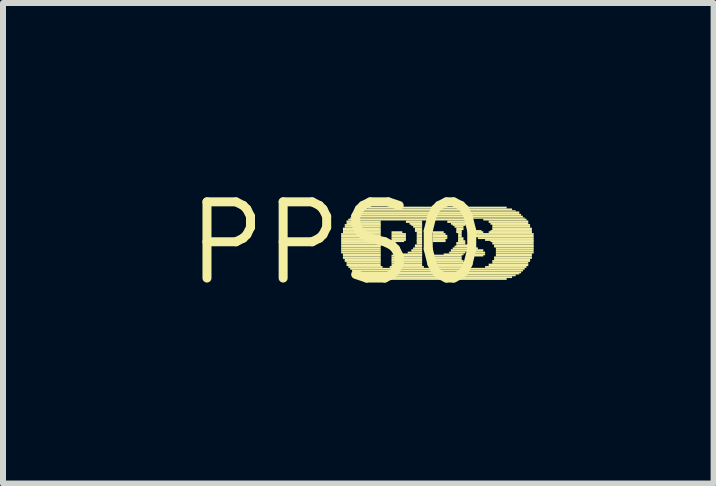
<source format=kicad_pcb>
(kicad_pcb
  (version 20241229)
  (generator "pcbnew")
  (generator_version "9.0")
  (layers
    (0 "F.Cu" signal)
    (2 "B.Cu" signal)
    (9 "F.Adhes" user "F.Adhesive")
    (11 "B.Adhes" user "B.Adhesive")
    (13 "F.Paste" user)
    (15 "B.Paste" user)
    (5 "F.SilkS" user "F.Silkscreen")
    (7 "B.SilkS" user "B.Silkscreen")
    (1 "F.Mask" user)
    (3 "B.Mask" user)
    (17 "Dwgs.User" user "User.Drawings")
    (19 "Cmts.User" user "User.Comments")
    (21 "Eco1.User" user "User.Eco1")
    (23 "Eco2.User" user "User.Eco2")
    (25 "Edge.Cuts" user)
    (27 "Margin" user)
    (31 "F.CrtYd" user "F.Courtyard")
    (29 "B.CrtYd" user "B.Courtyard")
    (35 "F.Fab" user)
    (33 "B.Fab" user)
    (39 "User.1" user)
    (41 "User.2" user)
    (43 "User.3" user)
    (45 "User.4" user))
  (footprint "PPS0"
    (layer "F.Cu")
    (at 2.578 1.006)
    (property "Reference" "PPS0" (at 0 0 0) (layer "F.SilkS") (effects (font (size 1.27 1.27) (thickness 0.15))))
    (attr through_hole)
    (fp_poly (pts (xy 0.06 -0.14) (xy 0.72 -0.14) (xy 0.72 -0.17) (xy 0.06 -0.17)) (stroke (width 0) (type solid)) (fill yes) (layer "F.SilkS"))
    (fp_poly (pts (xy 0.06 -0.1) (xy 0.72 -0.1) (xy 0.72 -0.14) (xy 0.06 -0.14)) (stroke (width 0) (type solid)) (fill yes) (layer "F.SilkS"))
    (fp_poly (pts (xy 0.06 -0.07) (xy 0.72 -0.07) (xy 0.72 -0.1) (xy 0.06 -0.1)) (stroke (width 0) (type solid)) (fill yes) (layer "F.SilkS"))
    (fp_poly (pts (xy 0.06 -0.04) (xy 0.72 -0.04) (xy 0.72 -0.07) (xy 0.06 -0.07)) (stroke (width 0) (type solid)) (fill yes) (layer "F.SilkS"))
    (fp_poly (pts (xy 0.06 -0.02) (xy 0.72 -0.02) (xy 0.72 -0.05) (xy 0.06 -0.05)) (stroke (width 0) (type solid)) (fill yes) (layer "F.SilkS"))
    (fp_poly (pts (xy 0.06 0.02) (xy 0.72 0.02) (xy 0.72 -0.02) (xy 0.06 -0.02)) (stroke (width 0) (type solid)) (fill yes) (layer "F.SilkS"))
    (fp_poly (pts (xy 0.06 0.05) (xy 0.72 0.05) (xy 0.72 0.02) (xy 0.06 0.02)) (stroke (width 0) (type solid)) (fill yes) (layer "F.SilkS"))
    (fp_poly (pts (xy 0.06 0.07) (xy 0.72 0.07) (xy 0.72 0.04) (xy 0.06 0.04)) (stroke (width 0) (type solid)) (fill yes) (layer "F.SilkS"))
    (fp_poly (pts (xy 0.06 0.1) (xy 0.72 0.1) (xy 0.72 0.07) (xy 0.06 0.07)) (stroke (width 0) (type solid)) (fill yes) (layer "F.SilkS"))
    (fp_poly (pts (xy 0.06 0.14) (xy 0.72 0.14) (xy 0.72 0.1) (xy 0.06 0.1)) (stroke (width 0) (type solid)) (fill yes) (layer "F.SilkS"))
    (fp_poly (pts (xy 0.06 0.17) (xy 0.72 0.17) (xy 0.72 0.14) (xy 0.06 0.14)) (stroke (width 0) (type solid)) (fill yes) (layer "F.SilkS"))
    (fp_poly (pts (xy 0.09 -0.22) (xy 0.72 -0.22) (xy 0.72 -0.26) (xy 0.09 -0.26)) (stroke (width 0) (type solid)) (fill yes) (layer "F.SilkS"))
    (fp_poly (pts (xy 0.09 -0.19) (xy 0.72 -0.19) (xy 0.72 -0.22) (xy 0.09 -0.22)) (stroke (width 0) (type solid)) (fill yes) (layer "F.SilkS"))
    (fp_poly (pts (xy 0.09 -0.17) (xy 0.72 -0.17) (xy 0.72 -0.2) (xy 0.09 -0.2)) (stroke (width 0) (type solid)) (fill yes) (layer "F.SilkS"))
    (fp_poly (pts (xy 0.09 0.2) (xy 0.72 0.2) (xy 0.72 0.17) (xy 0.09 0.17)) (stroke (width 0) (type solid)) (fill yes) (layer "F.SilkS"))
    (fp_poly (pts (xy 0.09 0.22) (xy 0.72 0.22) (xy 0.72 0.19) (xy 0.09 0.19)) (stroke (width 0) (type solid)) (fill yes) (layer "F.SilkS"))
    (fp_poly (pts (xy 0.09 0.26) (xy 0.72 0.26) (xy 0.72 0.22) (xy 0.09 0.22)) (stroke (width 0) (type solid)) (fill yes) (layer "F.SilkS"))
    (fp_poly (pts (xy 0.12 -0.29) (xy 0.72 -0.29) (xy 0.72 -0.32) (xy 0.12 -0.32)) (stroke (width 0) (type solid)) (fill yes) (layer "F.SilkS"))
    (fp_poly (pts (xy 0.12 -0.26) (xy 0.72 -0.26) (xy 0.72 -0.29) (xy 0.12 -0.29)) (stroke (width 0) (type solid)) (fill yes) (layer "F.SilkS"))
    (fp_poly (pts (xy 0.12 0.29) (xy 0.72 0.29) (xy 0.72 0.26) (xy 0.12 0.26)) (stroke (width 0) (type solid)) (fill yes) (layer "F.SilkS"))
    (fp_poly (pts (xy 0.12 0.31) (xy 0.72 0.31) (xy 0.72 0.28) (xy 0.12 0.28)) (stroke (width 0) (type solid)) (fill yes) (layer "F.SilkS"))
    (fp_poly (pts (xy 0.15 -0.34) (xy 0.72 -0.34) (xy 0.72 -0.38) (xy 0.15 -0.38)) (stroke (width 0) (type solid)) (fill yes) (layer "F.SilkS"))
    (fp_poly (pts (xy 0.15 -0.31) (xy 0.72 -0.31) (xy 0.72 -0.34) (xy 0.15 -0.34)) (stroke (width 0) (type solid)) (fill yes) (layer "F.SilkS"))
    (fp_poly (pts (xy 0.15 0.34) (xy 0.72 0.34) (xy 0.72 0.31) (xy 0.15 0.31)) (stroke (width 0) (type solid)) (fill yes) (layer "F.SilkS"))
    (fp_poly (pts (xy 0.15 0.38) (xy 0.72 0.38) (xy 0.72 0.34) (xy 0.15 0.34)) (stroke (width 0) (type solid)) (fill yes) (layer "F.SilkS"))
    (fp_poly (pts (xy 0.18 -0.38) (xy 2.25 -0.38) (xy 2.25 -0.41) (xy 0.18 -0.41)) (stroke (width 0) (type solid)) (fill yes) (layer "F.SilkS"))
    (fp_poly (pts (xy 0.18 0.41) (xy 0.75 0.41) (xy 0.75 0.38) (xy 0.18 0.38)) (stroke (width 0) (type solid)) (fill yes) (layer "F.SilkS"))
    (fp_poly (pts (xy 0.21 -0.41) (xy 3.12 -0.41) (xy 3.12 -0.43) (xy 0.21 -0.43)) (stroke (width 0) (type solid)) (fill yes) (layer "F.SilkS"))
    (fp_poly (pts (xy 0.21 0.44) (xy 3.12 0.44) (xy 3.12 0.41) (xy 0.21 0.41)) (stroke (width 0) (type solid)) (fill yes) (layer "F.SilkS"))
    (fp_poly (pts (xy 0.24 -0.43) (xy 3.09 -0.43) (xy 3.09 -0.46) (xy 0.24 -0.46)) (stroke (width 0) (type solid)) (fill yes) (layer "F.SilkS"))
    (fp_poly (pts (xy 0.24 0.47) (xy 3.09 0.47) (xy 3.09 0.44) (xy 0.24 0.44)) (stroke (width 0) (type solid)) (fill yes) (layer "F.SilkS"))
    (fp_poly (pts (xy 0.27 -0.46) (xy 3.06 -0.46) (xy 3.06 -0.49) (xy 0.27 -0.49)) (stroke (width 0) (type solid)) (fill yes) (layer "F.SilkS"))
    (fp_poly (pts (xy 0.27 0.5) (xy 3.06 0.5) (xy 3.06 0.47) (xy 0.27 0.47)) (stroke (width 0) (type solid)) (fill yes) (layer "F.SilkS"))
    (fp_poly (pts (xy 0.3 -0.49) (xy 3.03 -0.49) (xy 3.03 -0.53) (xy 0.3 -0.53)) (stroke (width 0) (type solid)) (fill yes) (layer "F.SilkS"))
    (fp_poly (pts (xy 0.3 0.52) (xy 3.03 0.52) (xy 3.03 0.49) (xy 0.3 0.49)) (stroke (width 0) (type solid)) (fill yes) (layer "F.SilkS"))
    (fp_poly (pts (xy 0.36 -0.53) (xy 2.97 -0.53) (xy 2.97 -0.55) (xy 0.36 -0.55)) (stroke (width 0) (type solid)) (fill yes) (layer "F.SilkS"))
    (fp_poly (pts (xy 0.36 0.55) (xy 2.97 0.55) (xy 2.97 0.52) (xy 0.36 0.52)) (stroke (width 0) (type solid)) (fill yes) (layer "F.SilkS"))
    (fp_poly (pts (xy 0.42 -0.55) (xy 2.91 -0.55) (xy 2.91 -0.58) (xy 0.42 -0.58)) (stroke (width 0) (type solid)) (fill yes) (layer "F.SilkS"))
    (fp_poly (pts (xy 0.42 0.58) (xy 2.91 0.58) (xy 2.91 0.55) (xy 0.42 0.55)) (stroke (width 0) (type solid)) (fill yes) (layer "F.SilkS"))
    (fp_poly (pts (xy 0.51 -0.58) (xy 2.82 -0.58) (xy 2.82 -0.61) (xy 0.51 -0.61)) (stroke (width 0) (type solid)) (fill yes) (layer "F.SilkS"))
    (fp_poly (pts (xy 0.51 0.61) (xy 2.82 0.61) (xy 2.82 0.58) (xy 0.51 0.58)) (stroke (width 0) (type solid)) (fill yes) (layer "F.SilkS"))
    (fp_poly (pts (xy 0.87 0.41) (xy 1.44 0.41) (xy 1.44 0.38) (xy 0.87 0.38)) (stroke (width 0) (type solid)) (fill yes) (layer "F.SilkS"))
    (fp_poly (pts (xy 0.9 -0.17) (xy 1.08 -0.17) (xy 1.08 -0.2) (xy 0.9 -0.2)) (stroke (width 0) (type solid)) (fill yes) (layer "F.SilkS"))
    (fp_poly (pts (xy 0.9 -0.14) (xy 1.14 -0.14) (xy 1.14 -0.17) (xy 0.9 -0.17)) (stroke (width 0) (type solid)) (fill yes) (layer "F.SilkS"))
    (fp_poly (pts (xy 0.9 -0.1) (xy 1.14 -0.1) (xy 1.14 -0.14) (xy 0.9 -0.14)) (stroke (width 0) (type solid)) (fill yes) (layer "F.SilkS"))
    (fp_poly (pts (xy 0.9 -0.07) (xy 1.14 -0.07) (xy 1.14 -0.1) (xy 0.9 -0.1)) (stroke (width 0) (type solid)) (fill yes) (layer "F.SilkS"))
    (fp_poly (pts (xy 0.9 -0.04) (xy 1.14 -0.04) (xy 1.14 -0.07) (xy 0.9 -0.07)) (stroke (width 0) (type solid)) (fill yes) (layer "F.SilkS"))
    (fp_poly (pts (xy 0.9 -0.02) (xy 1.11 -0.02) (xy 1.11 -0.05) (xy 0.9 -0.05)) (stroke (width 0) (type solid)) (fill yes) (layer "F.SilkS"))
    (fp_poly (pts (xy 0.9 0.22) (xy 1.41 0.22) (xy 1.41 0.19) (xy 0.9 0.19)) (stroke (width 0) (type solid)) (fill yes) (layer "F.SilkS"))
    (fp_poly (pts (xy 0.9 0.26) (xy 1.41 0.26) (xy 1.41 0.22) (xy 0.9 0.22)) (stroke (width 0) (type solid)) (fill yes) (layer "F.SilkS"))
    (fp_poly (pts (xy 0.9 0.29) (xy 1.41 0.29) (xy 1.41 0.26) (xy 0.9 0.26)) (stroke (width 0) (type solid)) (fill yes) (layer "F.SilkS"))
    (fp_poly (pts (xy 0.9 0.31) (xy 1.41 0.31) (xy 1.41 0.28) (xy 0.9 0.28)) (stroke (width 0) (type solid)) (fill yes) (layer "F.SilkS"))
    (fp_poly (pts (xy 0.9 0.34) (xy 1.41 0.34) (xy 1.41 0.31) (xy 0.9 0.31)) (stroke (width 0) (type solid)) (fill yes) (layer "F.SilkS"))
    (fp_poly (pts (xy 0.9 0.38) (xy 1.41 0.38) (xy 1.41 0.34) (xy 0.9 0.34)) (stroke (width 0) (type solid)) (fill yes) (layer "F.SilkS"))
    (fp_poly (pts (xy 1.08 0.2) (xy 1.41 0.2) (xy 1.41 0.17) (xy 1.08 0.17)) (stroke (width 0) (type solid)) (fill yes) (layer "F.SilkS"))
    (fp_poly (pts (xy 1.14 -0.34) (xy 1.41 -0.34) (xy 1.41 -0.38) (xy 1.14 -0.38)) (stroke (width 0) (type solid)) (fill yes) (layer "F.SilkS"))
    (fp_poly (pts (xy 1.17 0.17) (xy 1.41 0.17) (xy 1.41 0.14) (xy 1.17 0.14)) (stroke (width 0) (type solid)) (fill yes) (layer "F.SilkS"))
    (fp_poly (pts (xy 1.2 -0.31) (xy 1.41 -0.31) (xy 1.41 -0.34) (xy 1.2 -0.34)) (stroke (width 0) (type solid)) (fill yes) (layer "F.SilkS"))
    (fp_poly (pts (xy 1.23 -0.29) (xy 1.41 -0.29) (xy 1.41 -0.32) (xy 1.23 -0.32)) (stroke (width 0) (type solid)) (fill yes) (layer "F.SilkS"))
    (fp_poly (pts (xy 1.23 0.14) (xy 1.41 0.14) (xy 1.41 0.1) (xy 1.23 0.1)) (stroke (width 0) (type solid)) (fill yes) (layer "F.SilkS"))
    (fp_poly (pts (xy 1.26 -0.26) (xy 1.41 -0.26) (xy 1.41 -0.29) (xy 1.26 -0.29)) (stroke (width 0) (type solid)) (fill yes) (layer "F.SilkS"))
    (fp_poly (pts (xy 1.26 0.1) (xy 1.41 0.1) (xy 1.41 0.07) (xy 1.26 0.07)) (stroke (width 0) (type solid)) (fill yes) (layer "F.SilkS"))
    (fp_poly (pts (xy 1.29 -0.22) (xy 1.41 -0.22) (xy 1.41 -0.26) (xy 1.29 -0.26)) (stroke (width 0) (type solid)) (fill yes) (layer "F.SilkS"))
    (fp_poly (pts (xy 1.29 -0.19) (xy 1.41 -0.19) (xy 1.41 -0.22) (xy 1.29 -0.22)) (stroke (width 0) (type solid)) (fill yes) (layer "F.SilkS"))
    (fp_poly (pts (xy 1.29 0.05) (xy 1.41 0.05) (xy 1.41 0.02) (xy 1.29 0.02)) (stroke (width 0) (type solid)) (fill yes) (layer "F.SilkS"))
    (fp_poly (pts (xy 1.29 0.07) (xy 1.41 0.07) (xy 1.41 0.04) (xy 1.29 0.04)) (stroke (width 0) (type solid)) (fill yes) (layer "F.SilkS"))
    (fp_poly (pts (xy 1.32 -0.17) (xy 1.41 -0.17) (xy 1.41 -0.2) (xy 1.32 -0.2)) (stroke (width 0) (type solid)) (fill yes) (layer "F.SilkS"))
    (fp_poly (pts (xy 1.32 -0.14) (xy 1.41 -0.14) (xy 1.41 -0.17) (xy 1.32 -0.17)) (stroke (width 0) (type solid)) (fill yes) (layer "F.SilkS"))
    (fp_poly (pts (xy 1.32 -0.1) (xy 1.41 -0.1) (xy 1.41 -0.14) (xy 1.32 -0.14)) (stroke (width 0) (type solid)) (fill yes) (layer "F.SilkS"))
    (fp_poly (pts (xy 1.32 -0.07) (xy 1.41 -0.07) (xy 1.41 -0.1) (xy 1.32 -0.1)) (stroke (width 0) (type solid)) (fill yes) (layer "F.SilkS"))
    (fp_poly (pts (xy 1.32 -0.04) (xy 1.41 -0.04) (xy 1.41 -0.07) (xy 1.32 -0.07)) (stroke (width 0) (type solid)) (fill yes) (layer "F.SilkS"))
    (fp_poly (pts (xy 1.32 -0.02) (xy 1.41 -0.02) (xy 1.41 -0.05) (xy 1.32 -0.05)) (stroke (width 0) (type solid)) (fill yes) (layer "F.SilkS"))
    (fp_poly (pts (xy 1.32 0.02) (xy 1.41 0.02) (xy 1.41 -0.02) (xy 1.32 -0.02)) (stroke (width 0) (type solid)) (fill yes) (layer "F.SilkS"))
    (fp_poly (pts (xy 1.56 0.41) (xy 2.22 0.41) (xy 2.22 0.38) (xy 1.56 0.38)) (stroke (width 0) (type solid)) (fill yes) (layer "F.SilkS"))
    (fp_poly (pts (xy 1.59 -0.17) (xy 1.77 -0.17) (xy 1.77 -0.2) (xy 1.59 -0.2)) (stroke (width 0) (type solid)) (fill yes) (layer "F.SilkS"))
    (fp_poly (pts (xy 1.59 -0.14) (xy 1.8 -0.14) (xy 1.8 -0.17) (xy 1.59 -0.17)) (stroke (width 0) (type solid)) (fill yes) (layer "F.SilkS"))
    (fp_poly (pts (xy 1.59 -0.1) (xy 1.83 -0.1) (xy 1.83 -0.14) (xy 1.59 -0.14)) (stroke (width 0) (type solid)) (fill yes) (layer "F.SilkS"))
    (fp_poly (pts (xy 1.59 -0.07) (xy 1.83 -0.07) (xy 1.83 -0.1) (xy 1.59 -0.1)) (stroke (width 0) (type solid)) (fill yes) (layer "F.SilkS"))
    (fp_poly (pts (xy 1.59 -0.04) (xy 1.8 -0.04) (xy 1.8 -0.07) (xy 1.59 -0.07)) (stroke (width 0) (type solid)) (fill yes) (layer "F.SilkS"))
    (fp_poly (pts (xy 1.59 -0.02) (xy 1.8 -0.02) (xy 1.8 -0.05) (xy 1.59 -0.05)) (stroke (width 0) (type solid)) (fill yes) (layer "F.SilkS"))
    (fp_poly (pts (xy 1.59 0.22) (xy 2.07 0.22) (xy 2.07 0.19) (xy 1.59 0.19)) (stroke (width 0) (type solid)) (fill yes) (layer "F.SilkS"))
    (fp_poly (pts (xy 1.59 0.26) (xy 2.07 0.26) (xy 2.07 0.22) (xy 1.59 0.22)) (stroke (width 0) (type solid)) (fill yes) (layer "F.SilkS"))
    (fp_poly (pts (xy 1.59 0.29) (xy 2.07 0.29) (xy 2.07 0.26) (xy 1.59 0.26)) (stroke (width 0) (type solid)) (fill yes) (layer "F.SilkS"))
    (fp_poly (pts (xy 1.59 0.31) (xy 2.1 0.31) (xy 2.1 0.28) (xy 1.59 0.28)) (stroke (width 0) (type solid)) (fill yes) (layer "F.SilkS"))
    (fp_poly (pts (xy 1.59 0.34) (xy 2.13 0.34) (xy 2.13 0.31) (xy 1.59 0.31)) (stroke (width 0) (type solid)) (fill yes) (layer "F.SilkS"))
    (fp_poly (pts (xy 1.59 0.38) (xy 2.16 0.38) (xy 2.16 0.34) (xy 1.59 0.34)) (stroke (width 0) (type solid)) (fill yes) (layer "F.SilkS"))
    (fp_poly (pts (xy 1.77 0.2) (xy 2.1 0.2) (xy 2.1 0.17) (xy 1.77 0.17)) (stroke (width 0) (type solid)) (fill yes) (layer "F.SilkS"))
    (fp_poly (pts (xy 1.83 -0.34) (xy 2.19 -0.34) (xy 2.19 -0.38) (xy 1.83 -0.38)) (stroke (width 0) (type solid)) (fill yes) (layer "F.SilkS"))
    (fp_poly (pts (xy 1.86 0.17) (xy 2.13 0.17) (xy 2.13 0.14) (xy 1.86 0.14)) (stroke (width 0) (type solid)) (fill yes) (layer "F.SilkS"))
    (fp_poly (pts (xy 1.89 -0.31) (xy 2.16 -0.31) (xy 2.16 -0.34) (xy 1.89 -0.34)) (stroke (width 0) (type solid)) (fill yes) (layer "F.SilkS"))
    (fp_poly (pts (xy 1.89 0.14) (xy 2.43 0.14) (xy 2.43 0.1) (xy 1.89 0.1)) (stroke (width 0) (type solid)) (fill yes) (layer "F.SilkS"))
    (fp_poly (pts (xy 1.92 -0.29) (xy 2.13 -0.29) (xy 2.13 -0.32) (xy 1.92 -0.32)) (stroke (width 0) (type solid)) (fill yes) (layer "F.SilkS"))
    (fp_poly (pts (xy 1.92 0.1) (xy 2.34 0.1) (xy 2.34 0.07) (xy 1.92 0.07)) (stroke (width 0) (type solid)) (fill yes) (layer "F.SilkS"))
    (fp_poly (pts (xy 1.95 -0.26) (xy 2.1 -0.26) (xy 2.1 -0.29) (xy 1.95 -0.29)) (stroke (width 0) (type solid)) (fill yes) (layer "F.SilkS"))
    (fp_poly (pts (xy 1.95 0.07) (xy 2.25 0.07) (xy 2.25 0.04) (xy 1.95 0.04)) (stroke (width 0) (type solid)) (fill yes) (layer "F.SilkS"))
    (fp_poly (pts (xy 1.98 -0.22) (xy 2.1 -0.22) (xy 2.1 -0.26) (xy 1.98 -0.26)) (stroke (width 0) (type solid)) (fill yes) (layer "F.SilkS"))
    (fp_poly (pts (xy 1.98 -0.19) (xy 2.07 -0.19) (xy 2.07 -0.22) (xy 1.98 -0.22)) (stroke (width 0) (type solid)) (fill yes) (layer "F.SilkS"))
    (fp_poly (pts (xy 1.98 -0.17) (xy 2.07 -0.17) (xy 2.07 -0.2) (xy 1.98 -0.2)) (stroke (width 0) (type solid)) (fill yes) (layer "F.SilkS"))
    (fp_poly (pts (xy 1.98 0.02) (xy 2.13 0.02) (xy 2.13 -0.02) (xy 1.98 -0.02)) (stroke (width 0) (type solid)) (fill yes) (layer "F.SilkS"))
    (fp_poly (pts (xy 1.98 0.05) (xy 2.19 0.05) (xy 2.19 0.02) (xy 1.98 0.02)) (stroke (width 0) (type solid)) (fill yes) (layer "F.SilkS"))
    (fp_poly (pts (xy 2.01 -0.14) (xy 2.07 -0.14) (xy 2.07 -0.17) (xy 2.01 -0.17)) (stroke (width 0) (type solid)) (fill yes) (layer "F.SilkS"))
    (fp_poly (pts (xy 2.01 -0.1) (xy 2.07 -0.1) (xy 2.07 -0.14) (xy 2.01 -0.14)) (stroke (width 0) (type solid)) (fill yes) (layer "F.SilkS"))
    (fp_poly (pts (xy 2.01 -0.07) (xy 2.1 -0.07) (xy 2.1 -0.1) (xy 2.01 -0.1)) (stroke (width 0) (type solid)) (fill yes) (layer "F.SilkS"))
    (fp_poly (pts (xy 2.01 -0.04) (xy 2.1 -0.04) (xy 2.1 -0.07) (xy 2.01 -0.07)) (stroke (width 0) (type solid)) (fill yes) (layer "F.SilkS"))
    (fp_poly (pts (xy 2.01 -0.02) (xy 2.13 -0.02) (xy 2.13 -0.05) (xy 2.01 -0.05)) (stroke (width 0) (type solid)) (fill yes) (layer "F.SilkS"))
    (fp_poly (pts (xy 2.19 0.17) (xy 2.46 0.17) (xy 2.46 0.14) (xy 2.19 0.14)) (stroke (width 0) (type solid)) (fill yes) (layer "F.SilkS"))
    (fp_poly (pts (xy 2.25 -0.14) (xy 3.27 -0.14) (xy 3.27 -0.17) (xy 2.25 -0.17)) (stroke (width 0) (type solid)) (fill yes) (layer "F.SilkS"))
    (fp_poly (pts (xy 2.25 0.2) (xy 2.46 0.2) (xy 2.46 0.17) (xy 2.25 0.17)) (stroke (width 0) (type solid)) (fill yes) (layer "F.SilkS"))
    (fp_poly (pts (xy 2.28 -0.19) (xy 2.4 -0.19) (xy 2.4 -0.22) (xy 2.28 -0.22)) (stroke (width 0) (type solid)) (fill yes) (layer "F.SilkS"))
    (fp_poly (pts (xy 2.28 -0.17) (xy 2.43 -0.17) (xy 2.43 -0.2) (xy 2.28 -0.2)) (stroke (width 0) (type solid)) (fill yes) (layer "F.SilkS"))
    (fp_poly (pts (xy 2.28 -0.1) (xy 3.27 -0.1) (xy 3.27 -0.14) (xy 2.28 -0.14)) (stroke (width 0) (type solid)) (fill yes) (layer "F.SilkS"))
    (fp_poly (pts (xy 2.28 0.22) (xy 2.43 0.22) (xy 2.43 0.19) (xy 2.28 0.19)) (stroke (width 0) (type solid)) (fill yes) (layer "F.SilkS"))
    (fp_poly (pts (xy 2.34 -0.07) (xy 3.27 -0.07) (xy 3.27 -0.1) (xy 2.34 -0.1)) (stroke (width 0) (type solid)) (fill yes) (layer "F.SilkS"))
    (fp_poly (pts (xy 2.43 -0.38) (xy 3.15 -0.38) (xy 3.15 -0.41) (xy 2.43 -0.41)) (stroke (width 0) (type solid)) (fill yes) (layer "F.SilkS"))
    (fp_poly (pts (xy 2.46 -0.04) (xy 3.27 -0.04) (xy 3.27 -0.07) (xy 2.46 -0.07)) (stroke (width 0) (type solid)) (fill yes) (layer "F.SilkS"))
    (fp_poly (pts (xy 2.46 0.41) (xy 3.15 0.41) (xy 3.15 0.38) (xy 2.46 0.38)) (stroke (width 0) (type solid)) (fill yes) (layer "F.SilkS"))
    (fp_poly (pts (xy 2.52 -0.34) (xy 3.18 -0.34) (xy 3.18 -0.38) (xy 2.52 -0.38)) (stroke (width 0) (type solid)) (fill yes) (layer "F.SilkS"))
    (fp_poly (pts (xy 2.52 -0.17) (xy 3.24 -0.17) (xy 3.24 -0.2) (xy 2.52 -0.2)) (stroke (width 0) (type solid)) (fill yes) (layer "F.SilkS"))
    (fp_poly (pts (xy 2.52 0.38) (xy 3.18 0.38) (xy 3.18 0.34) (xy 2.52 0.34)) (stroke (width 0) (type solid)) (fill yes) (layer "F.SilkS"))
    (fp_poly (pts (xy 2.55 -0.31) (xy 3.18 -0.31) (xy 3.18 -0.34) (xy 2.55 -0.34)) (stroke (width 0) (type solid)) (fill yes) (layer "F.SilkS"))
    (fp_poly (pts (xy 2.55 -0.19) (xy 3.24 -0.19) (xy 3.24 -0.22) (xy 2.55 -0.22)) (stroke (width 0) (type solid)) (fill yes) (layer "F.SilkS"))
    (fp_poly (pts (xy 2.55 -0.02) (xy 3.27 -0.02) (xy 3.27 -0.05) (xy 2.55 -0.05)) (stroke (width 0) (type solid)) (fill yes) (layer "F.SilkS"))
    (fp_poly (pts (xy 2.58 -0.29) (xy 3.21 -0.29) (xy 3.21 -0.32) (xy 2.58 -0.32)) (stroke (width 0) (type solid)) (fill yes) (layer "F.SilkS"))
    (fp_poly (pts (xy 2.58 -0.26) (xy 3.21 -0.26) (xy 3.21 -0.29) (xy 2.58 -0.29)) (stroke (width 0) (type solid)) (fill yes) (layer "F.SilkS"))
    (fp_poly (pts (xy 2.58 -0.22) (xy 3.24 -0.22) (xy 3.24 -0.26) (xy 2.58 -0.26)) (stroke (width 0) (type solid)) (fill yes) (layer "F.SilkS"))
    (fp_poly (pts (xy 2.58 0.02) (xy 3.27 0.02) (xy 3.27 -0.02) (xy 2.58 -0.02)) (stroke (width 0) (type solid)) (fill yes) (layer "F.SilkS"))
    (fp_poly (pts (xy 2.58 0.31) (xy 3.21 0.31) (xy 3.21 0.28) (xy 2.58 0.28)) (stroke (width 0) (type solid)) (fill yes) (layer "F.SilkS"))
    (fp_poly (pts (xy 2.58 0.34) (xy 3.18 0.34) (xy 3.18 0.31) (xy 2.58 0.31)) (stroke (width 0) (type solid)) (fill yes) (layer "F.SilkS"))
    (fp_poly (pts (xy 2.61 0.05) (xy 3.27 0.05) (xy 3.27 0.02) (xy 2.61 0.02)) (stroke (width 0) (type solid)) (fill yes) (layer "F.SilkS"))
    (fp_poly (pts (xy 2.61 0.07) (xy 3.27 0.07) (xy 3.27 0.04) (xy 2.61 0.04)) (stroke (width 0) (type solid)) (fill yes) (layer "F.SilkS"))
    (fp_poly (pts (xy 2.61 0.26) (xy 3.24 0.26) (xy 3.24 0.22) (xy 2.61 0.22)) (stroke (width 0) (type solid)) (fill yes) (layer "F.SilkS"))
    (fp_poly (pts (xy 2.61 0.29) (xy 3.21 0.29) (xy 3.21 0.26) (xy 2.61 0.26)) (stroke (width 0) (type solid)) (fill yes) (layer "F.SilkS"))
    (fp_poly (pts (xy 2.64 0.1) (xy 3.27 0.1) (xy 3.27 0.07) (xy 2.64 0.07)) (stroke (width 0) (type solid)) (fill yes) (layer "F.SilkS"))
    (fp_poly (pts (xy 2.64 0.14) (xy 3.27 0.14) (xy 3.27 0.1) (xy 2.64 0.1)) (stroke (width 0) (type solid)) (fill yes) (layer "F.SilkS"))
    (fp_poly (pts (xy 2.64 0.17) (xy 3.27 0.17) (xy 3.27 0.14) (xy 2.64 0.14)) (stroke (width 0) (type solid)) (fill yes) (layer "F.SilkS"))
    (fp_poly (pts (xy 2.64 0.2) (xy 3.24 0.2) (xy 3.24 0.17) (xy 2.64 0.17)) (stroke (width 0) (type solid)) (fill yes) (layer "F.SilkS"))
    (fp_poly (pts (xy 2.64 0.22) (xy 3.24 0.22) (xy 3.24 0.19) (xy 2.64 0.19)) (stroke (width 0) (type solid)) (fill yes) (layer "F.SilkS")))
  (gr_rect
    (start -3 -3)
    (end 8.848 5.012)
    (stroke (width 0.1) (type default))
    (fill no)
    (layer "Edge.Cuts")))
</source>
